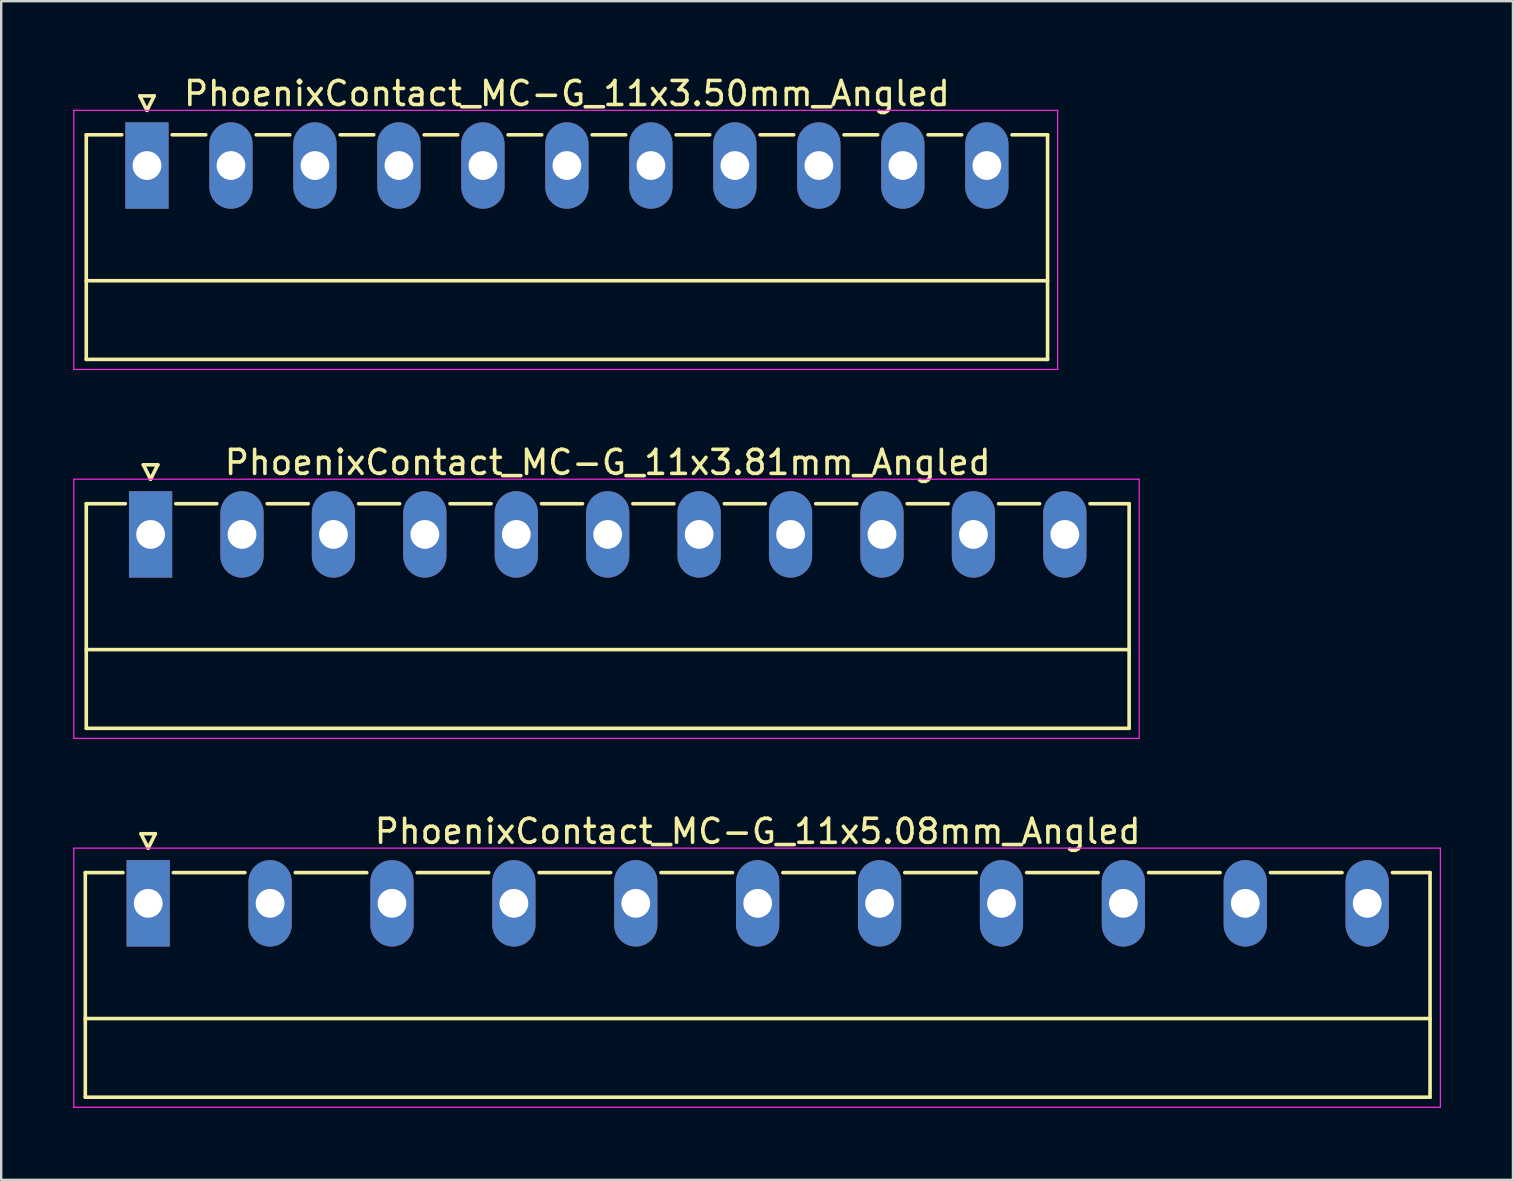
<source format=kicad_pcb>
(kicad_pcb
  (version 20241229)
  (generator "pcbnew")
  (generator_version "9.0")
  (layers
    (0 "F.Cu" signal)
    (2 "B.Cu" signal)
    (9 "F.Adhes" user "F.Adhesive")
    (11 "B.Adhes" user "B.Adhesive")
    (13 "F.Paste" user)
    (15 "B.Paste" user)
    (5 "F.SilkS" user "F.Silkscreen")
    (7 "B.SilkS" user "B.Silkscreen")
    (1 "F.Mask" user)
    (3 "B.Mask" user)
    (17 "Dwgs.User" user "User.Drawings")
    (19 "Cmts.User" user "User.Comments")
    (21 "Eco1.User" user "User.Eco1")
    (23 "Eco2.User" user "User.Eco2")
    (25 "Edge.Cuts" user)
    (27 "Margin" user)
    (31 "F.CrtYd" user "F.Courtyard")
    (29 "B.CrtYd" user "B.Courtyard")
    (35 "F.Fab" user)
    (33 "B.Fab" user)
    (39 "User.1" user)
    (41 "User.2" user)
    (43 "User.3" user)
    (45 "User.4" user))
  (footprint "PhoenixContact_MC-G_11x3.50mm_Angled"
    (layer "F.Cu")
    (at 3.075 3.848)
    (property "Reference" "PhoenixContact_MC-G_11x3.50mm_Angled" (at 17.5 -3 0) (layer "F.SilkS") (effects (font (size 1 1) (thickness 0.15))))
    (attr through_hole)
    (fp_line (start -2.53 -1.28) (end -2.53 8.08) (stroke (width 0.15) (type solid)) (layer "F.SilkS"))
    (fp_line (start -2.53 -1.28) (end -1.05 -1.28) (stroke (width 0.15) (type solid)) (layer "F.SilkS"))
    (fp_line (start -2.53 4.8) (end 37.53 4.8) (stroke (width 0.15) (type solid)) (layer "F.SilkS"))
    (fp_line (start -2.53 8.08) (end 37.53 8.08) (stroke (width 0.15) (type solid)) (layer "F.SilkS"))
    (fp_line (start -0.3 -2.9) (end 0 -2.3) (stroke (width 0.15) (type solid)) (layer "F.SilkS"))
    (fp_line (start 0 -2.3) (end 0.3 -2.9) (stroke (width 0.15) (type solid)) (layer "F.SilkS"))
    (fp_line (start 0.3 -2.9) (end -0.3 -2.9) (stroke (width 0.15) (type solid)) (layer "F.SilkS"))
    (fp_line (start 1.05 -1.28) (end 2.45 -1.28) (stroke (width 0.15) (type solid)) (layer "F.SilkS"))
    (fp_line (start 4.55 -1.28) (end 5.95 -1.28) (stroke (width 0.15) (type solid)) (layer "F.SilkS"))
    (fp_line (start 8.05 -1.28) (end 9.45 -1.28) (stroke (width 0.15) (type solid)) (layer "F.SilkS"))
    (fp_line (start 11.55 -1.28) (end 12.95 -1.28) (stroke (width 0.15) (type solid)) (layer "F.SilkS"))
    (fp_line (start 15.05 -1.28) (end 16.45 -1.28) (stroke (width 0.15) (type solid)) (layer "F.SilkS"))
    (fp_line (start 18.55 -1.28) (end 19.95 -1.28) (stroke (width 0.15) (type solid)) (layer "F.SilkS"))
    (fp_line (start 22.05 -1.28) (end 23.45 -1.28) (stroke (width 0.15) (type solid)) (layer "F.SilkS"))
    (fp_line (start 25.55 -1.28) (end 26.95 -1.28) (stroke (width 0.15) (type solid)) (layer "F.SilkS"))
    (fp_line (start 29.05 -1.28) (end 30.45 -1.28) (stroke (width 0.15) (type solid)) (layer "F.SilkS"))
    (fp_line (start 32.55 -1.28) (end 33.95 -1.28) (stroke (width 0.15) (type solid)) (layer "F.SilkS"))
    (fp_line (start 37.53 -1.28) (end 36.05 -1.28) (stroke (width 0.15) (type solid)) (layer "F.SilkS"))
    (fp_line (start 37.53 8.08) (end 37.53 -1.28) (stroke (width 0.15) (type solid)) (layer "F.SilkS"))
    (fp_line (start -3.05 -2.3) (end -3.05 8.5) (stroke (width 0.05) (type solid)) (layer "F.CrtYd"))
    (fp_line (start -3.05 8.5) (end 37.95 8.5) (stroke (width 0.05) (type solid)) (layer "F.CrtYd"))
    (fp_line (start 37.95 -2.3) (end -3.05 -2.3) (stroke (width 0.05) (type solid)) (layer "F.CrtYd"))
    (fp_line (start 37.95 8.5) (end 37.95 -2.3) (stroke (width 0.05) (type solid)) (layer "F.CrtYd"))
    (pad "1" thru_hole rect (at 0 0) (size 1.8 3.6) (drill 1.2) (layers "*.Cu" "*.Mask"))
    (pad "2" thru_hole oval (at 3.5 0) (size 1.8 3.6) (drill 1.2) (layers "*.Cu" "*.Mask"))
    (pad "3" thru_hole oval (at 7 0) (size 1.8 3.6) (drill 1.2) (layers "*.Cu" "*.Mask"))
    (pad "4" thru_hole oval (at 10.5 0) (size 1.8 3.6) (drill 1.2) (layers "*.Cu" "*.Mask"))
    (pad "5" thru_hole oval (at 14 0) (size 1.8 3.6) (drill 1.2) (layers "*.Cu" "*.Mask"))
    (pad "6" thru_hole oval (at 17.5 0) (size 1.8 3.6) (drill 1.2) (layers "*.Cu" "*.Mask"))
    (pad "7" thru_hole oval (at 21 0) (size 1.8 3.6) (drill 1.2) (layers "*.Cu" "*.Mask"))
    (pad "8" thru_hole oval (at 24.5 0) (size 1.8 3.6) (drill 1.2) (layers "*.Cu" "*.Mask"))
    (pad "9" thru_hole oval (at 28 0) (size 1.8 3.6) (drill 1.2) (layers "*.Cu" "*.Mask"))
    (pad "10" thru_hole oval (at 31.5 0) (size 1.8 3.6) (drill 1.2) (layers "*.Cu" "*.Mask"))
    (pad "11" thru_hole oval (at 35 0) (size 1.8 3.6) (drill 1.2) (layers "*.Cu" "*.Mask")))
  (footprint "PhoenixContact_MC-G_11x5.08mm_Angled"
    (layer "F.Cu")
    (at 3.125 34.595)
    (property "Reference" "PhoenixContact_MC-G_11x5.08mm_Angled" (at 25.4 -3 0) (layer "F.SilkS") (effects (font (size 1 1) (thickness 0.15))))
    (attr through_hole)
    (fp_line (start -2.62 -1.28) (end -2.62 8.08) (stroke (width 0.15) (type solid)) (layer "F.SilkS"))
    (fp_line (start -2.62 -1.28) (end -1.05 -1.28) (stroke (width 0.15) (type solid)) (layer "F.SilkS"))
    (fp_line (start -2.62 4.8) (end 53.42 4.8) (stroke (width 0.15) (type solid)) (layer "F.SilkS"))
    (fp_line (start -2.62 8.08) (end 53.42 8.08) (stroke (width 0.15) (type solid)) (layer "F.SilkS"))
    (fp_line (start -0.3 -2.9) (end 0 -2.3) (stroke (width 0.15) (type solid)) (layer "F.SilkS"))
    (fp_line (start 0 -2.3) (end 0.3 -2.9) (stroke (width 0.15) (type solid)) (layer "F.SilkS"))
    (fp_line (start 0.3 -2.9) (end -0.3 -2.9) (stroke (width 0.15) (type solid)) (layer "F.SilkS"))
    (fp_line (start 1.05 -1.28) (end 4.03 -1.28) (stroke (width 0.15) (type solid)) (layer "F.SilkS"))
    (fp_line (start 6.13 -1.28) (end 9.11 -1.28) (stroke (width 0.15) (type solid)) (layer "F.SilkS"))
    (fp_line (start 11.21 -1.28) (end 14.19 -1.28) (stroke (width 0.15) (type solid)) (layer "F.SilkS"))
    (fp_line (start 16.29 -1.28) (end 19.27 -1.28) (stroke (width 0.15) (type solid)) (layer "F.SilkS"))
    (fp_line (start 21.37 -1.28) (end 24.35 -1.28) (stroke (width 0.15) (type solid)) (layer "F.SilkS"))
    (fp_line (start 26.45 -1.28) (end 29.43 -1.28) (stroke (width 0.15) (type solid)) (layer "F.SilkS"))
    (fp_line (start 31.53 -1.28) (end 34.51 -1.28) (stroke (width 0.15) (type solid)) (layer "F.SilkS"))
    (fp_line (start 36.61 -1.28) (end 39.59 -1.28) (stroke (width 0.15) (type solid)) (layer "F.SilkS"))
    (fp_line (start 41.69 -1.28) (end 44.67 -1.28) (stroke (width 0.15) (type solid)) (layer "F.SilkS"))
    (fp_line (start 46.77 -1.28) (end 49.75 -1.28) (stroke (width 0.15) (type solid)) (layer "F.SilkS"))
    (fp_line (start 53.42 -1.28) (end 51.85 -1.28) (stroke (width 0.15) (type solid)) (layer "F.SilkS"))
    (fp_line (start 53.42 8.08) (end 53.42 -1.28) (stroke (width 0.15) (type solid)) (layer "F.SilkS"))
    (fp_line (start -3.1 -2.3) (end -3.1 8.5) (stroke (width 0.05) (type solid)) (layer "F.CrtYd"))
    (fp_line (start -3.1 8.5) (end 53.85 8.5) (stroke (width 0.05) (type solid)) (layer "F.CrtYd"))
    (fp_line (start 53.85 -2.3) (end -3.1 -2.3) (stroke (width 0.05) (type solid)) (layer "F.CrtYd"))
    (fp_line (start 53.85 8.5) (end 53.85 -2.3) (stroke (width 0.05) (type solid)) (layer "F.CrtYd"))
    (pad "1" thru_hole rect (at 0 0) (size 1.8 3.6) (drill 1.2) (layers "*.Cu" "*.Mask"))
    (pad "2" thru_hole oval (at 5.08 0) (size 1.8 3.6) (drill 1.2) (layers "*.Cu" "*.Mask"))
    (pad "3" thru_hole oval (at 10.16 0) (size 1.8 3.6) (drill 1.2) (layers "*.Cu" "*.Mask"))
    (pad "4" thru_hole oval (at 15.24 0) (size 1.8 3.6) (drill 1.2) (layers "*.Cu" "*.Mask"))
    (pad "5" thru_hole oval (at 20.32 0) (size 1.8 3.6) (drill 1.2) (layers "*.Cu" "*.Mask"))
    (pad "6" thru_hole oval (at 25.4 0) (size 1.8 3.6) (drill 1.2) (layers "*.Cu" "*.Mask"))
    (pad "7" thru_hole oval (at 30.48 0) (size 1.8 3.6) (drill 1.2) (layers "*.Cu" "*.Mask"))
    (pad "8" thru_hole oval (at 35.56 0) (size 1.8 3.6) (drill 1.2) (layers "*.Cu" "*.Mask"))
    (pad "9" thru_hole oval (at 40.64 0) (size 1.8 3.6) (drill 1.2) (layers "*.Cu" "*.Mask"))
    (pad "10" thru_hole oval (at 45.72 0) (size 1.8 3.6) (drill 1.2) (layers "*.Cu" "*.Mask"))
    (pad "11" thru_hole oval (at 50.8 0) (size 1.8 3.6) (drill 1.2) (layers "*.Cu" "*.Mask")))
  (footprint "PhoenixContact_MC-G_11x3.81mm_Angled"
    (layer "F.Cu")
    (at 3.225 19.221)
    (property "Reference" "PhoenixContact_MC-G_11x3.81mm_Angled" (at 19.05 -3 0) (layer "F.SilkS") (effects (font (size 1 1) (thickness 0.15))))
    (attr through_hole)
    (fp_line (start -2.68 -1.28) (end -2.68 8.08) (stroke (width 0.15) (type solid)) (layer "F.SilkS"))
    (fp_line (start -2.68 -1.28) (end -1.05 -1.28) (stroke (width 0.15) (type solid)) (layer "F.SilkS"))
    (fp_line (start -2.68 4.8) (end 40.78 4.8) (stroke (width 0.15) (type solid)) (layer "F.SilkS"))
    (fp_line (start -2.68 8.08) (end 40.78 8.08) (stroke (width 0.15) (type solid)) (layer "F.SilkS"))
    (fp_line (start -0.3 -2.9) (end 0 -2.3) (stroke (width 0.15) (type solid)) (layer "F.SilkS"))
    (fp_line (start 0 -2.3) (end 0.3 -2.9) (stroke (width 0.15) (type solid)) (layer "F.SilkS"))
    (fp_line (start 0.3 -2.9) (end -0.3 -2.9) (stroke (width 0.15) (type solid)) (layer "F.SilkS"))
    (fp_line (start 1.05 -1.28) (end 2.76 -1.28) (stroke (width 0.15) (type solid)) (layer "F.SilkS"))
    (fp_line (start 4.86 -1.28) (end 6.57 -1.28) (stroke (width 0.15) (type solid)) (layer "F.SilkS"))
    (fp_line (start 8.67 -1.28) (end 10.38 -1.28) (stroke (width 0.15) (type solid)) (layer "F.SilkS"))
    (fp_line (start 12.48 -1.28) (end 14.19 -1.28) (stroke (width 0.15) (type solid)) (layer "F.SilkS"))
    (fp_line (start 16.29 -1.28) (end 18 -1.28) (stroke (width 0.15) (type solid)) (layer "F.SilkS"))
    (fp_line (start 20.1 -1.28) (end 21.81 -1.28) (stroke (width 0.15) (type solid)) (layer "F.SilkS"))
    (fp_line (start 23.91 -1.28) (end 25.62 -1.28) (stroke (width 0.15) (type solid)) (layer "F.SilkS"))
    (fp_line (start 27.72 -1.28) (end 29.43 -1.28) (stroke (width 0.15) (type solid)) (layer "F.SilkS"))
    (fp_line (start 31.53 -1.28) (end 33.24 -1.28) (stroke (width 0.15) (type solid)) (layer "F.SilkS"))
    (fp_line (start 35.34 -1.28) (end 37.05 -1.28) (stroke (width 0.15) (type solid)) (layer "F.SilkS"))
    (fp_line (start 40.78 -1.28) (end 39.15 -1.28) (stroke (width 0.15) (type solid)) (layer "F.SilkS"))
    (fp_line (start 40.78 8.08) (end 40.78 -1.28) (stroke (width 0.15) (type solid)) (layer "F.SilkS"))
    (fp_line (start -3.2 -2.3) (end -3.2 8.5) (stroke (width 0.05) (type solid)) (layer "F.CrtYd"))
    (fp_line (start -3.2 8.5) (end 41.2 8.5) (stroke (width 0.05) (type solid)) (layer "F.CrtYd"))
    (fp_line (start 41.2 -2.3) (end -3.2 -2.3) (stroke (width 0.05) (type solid)) (layer "F.CrtYd"))
    (fp_line (start 41.2 8.5) (end 41.2 -2.3) (stroke (width 0.05) (type solid)) (layer "F.CrtYd"))
    (pad "1" thru_hole rect (at 0 0) (size 1.8 3.6) (drill 1.2) (layers "*.Cu" "*.Mask"))
    (pad "2" thru_hole oval (at 3.81 0) (size 1.8 3.6) (drill 1.2) (layers "*.Cu" "*.Mask"))
    (pad "3" thru_hole oval (at 7.62 0) (size 1.8 3.6) (drill 1.2) (layers "*.Cu" "*.Mask"))
    (pad "4" thru_hole oval (at 11.43 0) (size 1.8 3.6) (drill 1.2) (layers "*.Cu" "*.Mask"))
    (pad "5" thru_hole oval (at 15.24 0) (size 1.8 3.6) (drill 1.2) (layers "*.Cu" "*.Mask"))
    (pad "6" thru_hole oval (at 19.05 0) (size 1.8 3.6) (drill 1.2) (layers "*.Cu" "*.Mask"))
    (pad "7" thru_hole oval (at 22.86 0) (size 1.8 3.6) (drill 1.2) (layers "*.Cu" "*.Mask"))
    (pad "8" thru_hole oval (at 26.67 0) (size 1.8 3.6) (drill 1.2) (layers "*.Cu" "*.Mask"))
    (pad "9" thru_hole oval (at 30.48 0) (size 1.8 3.6) (drill 1.2) (layers "*.Cu" "*.Mask"))
    (pad "10" thru_hole oval (at 34.29 0) (size 1.8 3.6) (drill 1.2) (layers "*.Cu" "*.Mask"))
    (pad "11" thru_hole oval (at 38.1 0) (size 1.8 3.6) (drill 1.2) (layers "*.Cu" "*.Mask")))
  (gr_rect
    (start -3 -3)
    (end 60 46.12)
    (stroke (width 0.1) (type default))
    (fill no)
    (layer "Edge.Cuts")))
</source>
